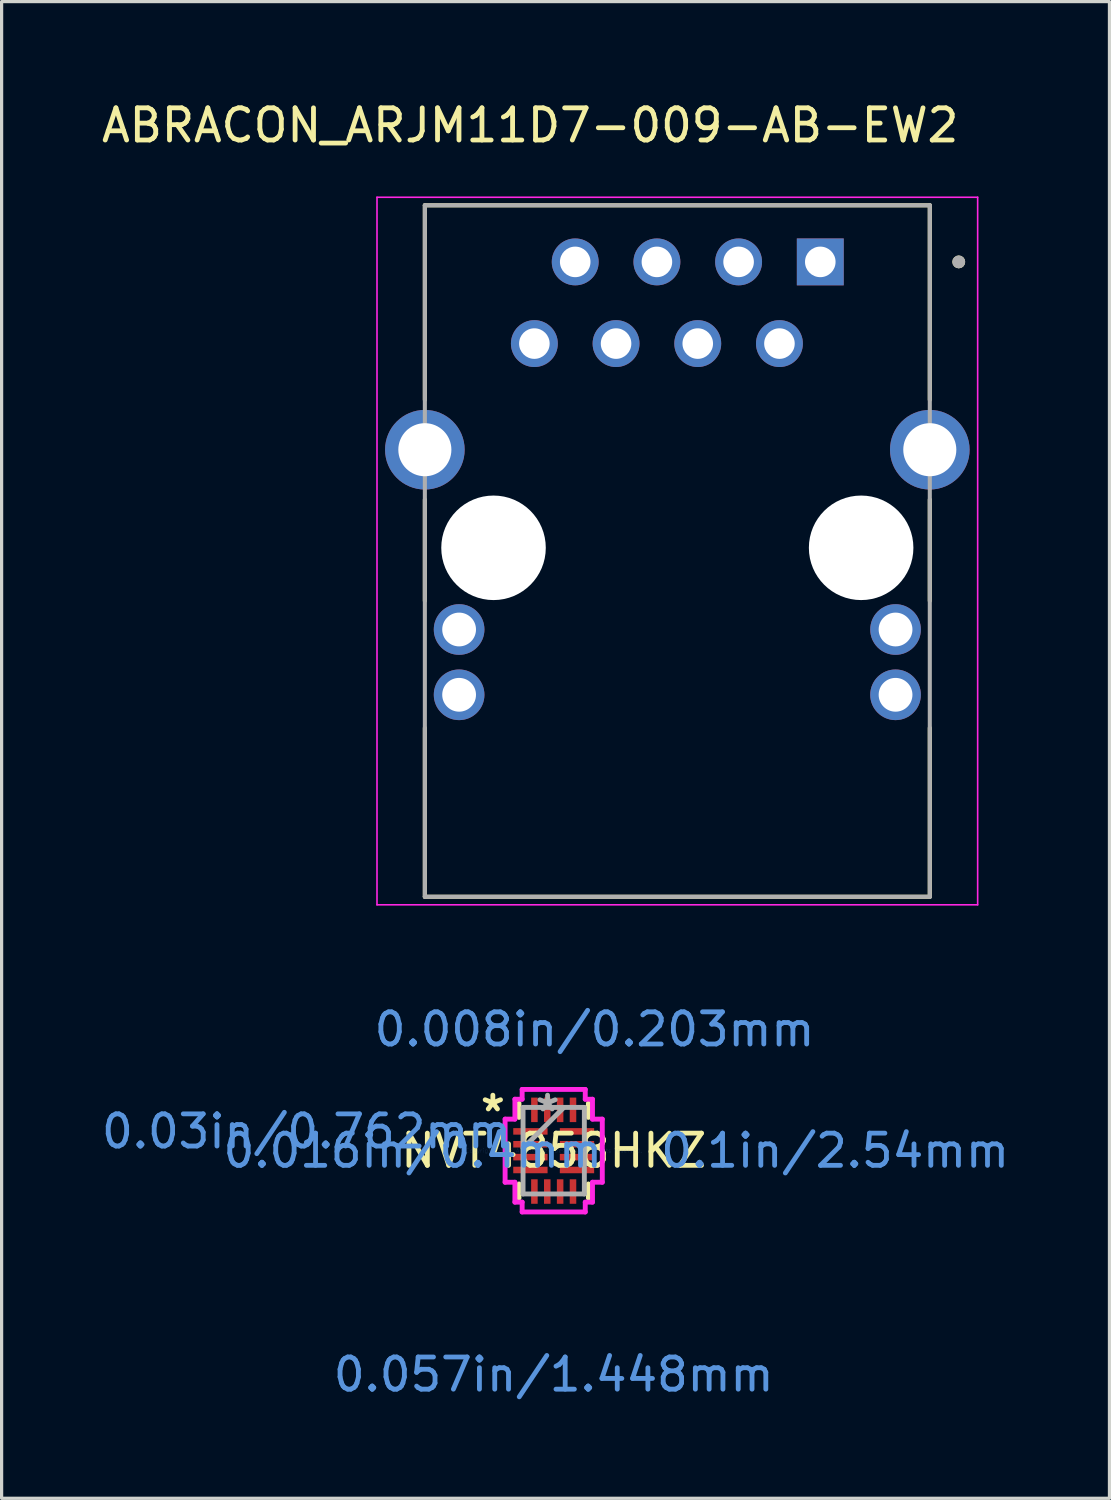
<source format=kicad_pcb>
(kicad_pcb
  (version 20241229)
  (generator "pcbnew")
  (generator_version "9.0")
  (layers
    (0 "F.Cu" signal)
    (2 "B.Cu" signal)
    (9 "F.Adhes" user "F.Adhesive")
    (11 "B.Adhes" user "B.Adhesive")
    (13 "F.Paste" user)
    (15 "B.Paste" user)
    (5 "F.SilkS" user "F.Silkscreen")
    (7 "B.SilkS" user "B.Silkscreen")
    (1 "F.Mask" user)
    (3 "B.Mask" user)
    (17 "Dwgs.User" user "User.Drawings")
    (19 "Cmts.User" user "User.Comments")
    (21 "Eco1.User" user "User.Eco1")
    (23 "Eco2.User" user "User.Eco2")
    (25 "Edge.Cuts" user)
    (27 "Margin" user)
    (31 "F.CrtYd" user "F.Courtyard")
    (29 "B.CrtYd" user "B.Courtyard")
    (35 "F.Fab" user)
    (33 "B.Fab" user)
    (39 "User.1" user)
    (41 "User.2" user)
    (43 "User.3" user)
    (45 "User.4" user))
  (footprint "ABRACON_ARJM11D7-009-AB-EW2"
    (layer "F.Cu")
    (at 18.01 13.983)
    (property "Reference" "ABRACON_ARJM11D7-009-AB-EW2" (at -4.575 -13.135 0) (layer "F.SilkS") (effects (font (size 1 1) (thickness 0.15))))
    (attr through_hole)
    (fp_line (start -7.85 -10.65) (end -7.85 -4.601) (stroke (width 0.127) (type solid)) (layer "F.SilkS"))
    (fp_line (start -7.85 1.65) (end -7.85 -1.499) (stroke (width 0.127) (type solid)) (layer "F.SilkS"))
    (fp_line (start -7.85 10.85) (end -7.85 5.6) (stroke (width 0.127) (type solid)) (layer "F.SilkS"))
    (fp_line (start -7.85 10.85) (end 7.85 10.85) (stroke (width 0.127) (type solid)) (layer "F.SilkS"))
    (fp_line (start 7.85 -10.65) (end -7.85 -10.65) (stroke (width 0.127) (type solid)) (layer "F.SilkS"))
    (fp_line (start 7.85 -4.601) (end 7.85 -10.65) (stroke (width 0.127) (type solid)) (layer "F.SilkS"))
    (fp_line (start 7.85 1.65) (end 7.85 -1.499) (stroke (width 0.127) (type solid)) (layer "F.SilkS"))
    (fp_line (start 7.85 10.85) (end 7.85 5.6) (stroke (width 0.127) (type solid)) (layer "F.SilkS"))
    (fp_circle (center 8.75 -8.89) (end 8.85 -8.89) (stroke (width 0.2) (type solid)) (fill no) (layer "F.SilkS"))
    (fp_line (start -9.338 -10.9) (end -9.338 11.1) (stroke (width 0.05) (type solid)) (layer "F.CrtYd"))
    (fp_line (start -9.338 11.1) (end 9.338 11.1) (stroke (width 0.05) (type solid)) (layer "F.CrtYd"))
    (fp_line (start 9.338 -10.9) (end -9.338 -10.9) (stroke (width 0.05) (type solid)) (layer "F.CrtYd"))
    (fp_line (start 9.338 11.1) (end 9.338 -10.9) (stroke (width 0.05) (type solid)) (layer "F.CrtYd"))
    (fp_line (start -7.85 -10.65) (end -7.85 10.85) (stroke (width 0.127) (type solid)) (layer "F.Fab"))
    (fp_line (start -7.85 10.85) (end 7.85 10.85) (stroke (width 0.127) (type solid)) (layer "F.Fab"))
    (fp_line (start 7.85 -10.65) (end -7.85 -10.65) (stroke (width 0.127) (type solid)) (layer "F.Fab"))
    (fp_line (start 7.85 10.85) (end 7.85 -10.65) (stroke (width 0.127) (type solid)) (layer "F.Fab"))
    (fp_circle (center 8.75 -8.89) (end 8.85 -8.89) (stroke (width 0.2) (type solid)) (fill no) (layer "F.Fab"))
    (pad "" np_thru_hole circle (at -5.715 0) (size 3.25 3.25) (drill 3.25) (layers "*.Cu" "*.Mask"))
    (pad "" np_thru_hole circle (at 5.715 0) (size 3.25 3.25) (drill 3.25) (layers "*.Cu" "*.Mask"))
    (pad "1" thru_hole rect (at 4.445 -8.89) (size 1.458 1.458) (drill 0.95) (layers "*.Cu" "*.Mask"))
    (pad "2" thru_hole circle (at 3.175 -6.35) (size 1.458 1.458) (drill 0.95) (layers "*.Cu" "*.Mask"))
    (pad "3" thru_hole circle (at 1.905 -8.89) (size 1.458 1.458) (drill 0.95) (layers "*.Cu" "*.Mask"))
    (pad "4" thru_hole circle (at 0.635 -6.35) (size 1.458 1.458) (drill 0.95) (layers "*.Cu" "*.Mask"))
    (pad "5" thru_hole circle (at -0.635 -8.89) (size 1.458 1.458) (drill 0.95) (layers "*.Cu" "*.Mask"))
    (pad "6" thru_hole circle (at -1.905 -6.35) (size 1.458 1.458) (drill 0.95) (layers "*.Cu" "*.Mask"))
    (pad "7" thru_hole circle (at -3.175 -8.89) (size 1.458 1.458) (drill 0.95) (layers "*.Cu" "*.Mask"))
    (pad "8" thru_hole circle (at -4.445 -6.35) (size 1.458 1.458) (drill 0.95) (layers "*.Cu" "*.Mask"))
    (pad "9" thru_hole circle (at -6.785 2.54) (size 1.575 1.575) (drill 1.05) (layers "*.Cu" "*.Mask"))
    (pad "10" thru_hole circle (at -6.785 4.57) (size 1.575 1.575) (drill 1.05) (layers "*.Cu" "*.Mask"))
    (pad "11" thru_hole circle (at 6.785 2.54) (size 1.575 1.575) (drill 1.05) (layers "*.Cu" "*.Mask"))
    (pad "12" thru_hole circle (at 6.785 4.57) (size 1.575 1.575) (drill 1.05) (layers "*.Cu" "*.Mask"))
    (pad "SH1" thru_hole circle (at -7.85 -3.05) (size 2.475 2.475) (drill 1.65) (layers "*.Cu" "*.Mask"))
    (pad "SH2" thru_hole circle (at 7.85 -3.05) (size 2.475 2.475) (drill 1.65) (layers "*.Cu" "*.Mask")))
  (footprint "NVT4858HKZ"
    (layer "F.Cu")
    (at 14.166 32.728)
    (property "Reference" "NVT4858HKZ" (at 0 0 0) (layer "F.SilkS") (effects (font (size 1 1) (thickness 0.15))))
    (attr through_hole)
    (fp_line (start -1.079 -1.473) (end -1.079 -1.035) (stroke (width 0.152) (type solid)) (layer "F.SilkS"))
    (fp_line (start -1.079 1.035) (end -1.079 1.473) (stroke (width 0.152) (type solid)) (layer "F.SilkS"))
    (fp_line (start 1.079 -1.035) (end 1.079 -1.473) (stroke (width 0.152) (type solid)) (layer "F.SilkS"))
    (fp_line (start 1.079 1.473) (end 1.079 1.035) (stroke (width 0.152) (type solid)) (layer "F.SilkS"))
    (fp_line (start -1.511 -0.981) (end -1.206 -0.981) (stroke (width 0.152) (type solid)) (layer "F.CrtYd"))
    (fp_line (start -1.511 0.981) (end -1.511 -0.981) (stroke (width 0.152) (type solid)) (layer "F.CrtYd"))
    (fp_line (start -1.206 -1.6) (end -0.981 -1.6) (stroke (width 0.152) (type solid)) (layer "F.CrtYd"))
    (fp_line (start -1.206 -0.981) (end -1.206 -1.6) (stroke (width 0.152) (type solid)) (layer "F.CrtYd"))
    (fp_line (start -1.206 0.981) (end -1.511 0.981) (stroke (width 0.152) (type solid)) (layer "F.CrtYd"))
    (fp_line (start -1.206 1.6) (end -1.206 0.981) (stroke (width 0.152) (type solid)) (layer "F.CrtYd"))
    (fp_line (start -1.206 1.6) (end -0.981 1.6) (stroke (width 0.152) (type solid)) (layer "F.CrtYd"))
    (fp_line (start -0.981 -1.905) (end 0.981 -1.905) (stroke (width 0.152) (type solid)) (layer "F.CrtYd"))
    (fp_line (start -0.981 -1.6) (end -0.981 -1.905) (stroke (width 0.152) (type solid)) (layer "F.CrtYd"))
    (fp_line (start -0.981 1.6) (end -0.981 1.905) (stroke (width 0.152) (type solid)) (layer "F.CrtYd"))
    (fp_line (start -0.981 1.905) (end 0.981 1.905) (stroke (width 0.152) (type solid)) (layer "F.CrtYd"))
    (fp_line (start 0.981 -1.905) (end 0.981 -1.6) (stroke (width 0.152) (type solid)) (layer "F.CrtYd"))
    (fp_line (start 0.981 -1.6) (end 1.206 -1.6) (stroke (width 0.152) (type solid)) (layer "F.CrtYd"))
    (fp_line (start 0.981 1.6) (end 1.206 1.6) (stroke (width 0.152) (type solid)) (layer "F.CrtYd"))
    (fp_line (start 0.981 1.905) (end 0.981 1.6) (stroke (width 0.152) (type solid)) (layer "F.CrtYd"))
    (fp_line (start 1.206 -0.981) (end 1.206 -1.6) (stroke (width 0.152) (type solid)) (layer "F.CrtYd"))
    (fp_line (start 1.206 0.981) (end 1.511 0.981) (stroke (width 0.152) (type solid)) (layer "F.CrtYd"))
    (fp_line (start 1.206 1.6) (end 1.206 0.981) (stroke (width 0.152) (type solid)) (layer "F.CrtYd"))
    (fp_line (start 1.511 -0.981) (end 1.206 -0.981) (stroke (width 0.152) (type solid)) (layer "F.CrtYd"))
    (fp_line (start 1.511 0.981) (end 1.511 -0.981) (stroke (width 0.152) (type solid)) (layer "F.CrtYd"))
    (fp_line (start -0.953 -1.346) (end -0.953 1.346) (stroke (width 0.152) (type solid)) (layer "F.Fab"))
    (fp_line (start -0.953 -0.076) (end 0.318 -1.346) (stroke (width 0.152) (type solid)) (layer "F.Fab"))
    (fp_line (start -0.953 1.346) (end 0.953 1.346) (stroke (width 0.152) (type solid)) (layer "F.Fab"))
    (fp_line (start 0.953 -1.346) (end -0.953 -1.346) (stroke (width 0.152) (type solid)) (layer "F.Fab"))
    (fp_line (start 0.953 1.346) (end 0.953 -1.346) (stroke (width 0.152) (type solid)) (layer "F.Fab"))
    (fp_text user "*" (at -1.892 -1.181 0) (layer "F.SilkS") (effects (font (size 1 1) (thickness 0.15))))
    (fp_text user "0.057in/1.448mm" (at 0 6.96 0) (layer "Cmts.User") (effects (font (size 1 1) (thickness 0.15))))
    (fp_text user "Copyright 2016 Accelerated Designs. All rights reserved." (at 0 0 0) (layer "Cmts.User") (effects (font (size 0.127 0.127) (thickness 0.002))))
    (fp_text user "0.03in/0.762mm" (at -7.684 -0.6 0) (layer "Cmts.User") (effects (font (size 1 1) (thickness 0.15))))
    (fp_text user "0.008in/0.203mm" (at 1.27 -3.772 0) (layer "Cmts.User") (effects (font (size 1 1) (thickness 0.15))))
    (fp_text user "0.016in/0.4mm" (at -4.381 0 0) (layer "Cmts.User") (effects (font (size 1 1) (thickness 0.15))))
    (fp_text user "0.1in/2.54mm" (at 8.75 0 0) (layer "Cmts.User") (effects (font (size 1 1) (thickness 0.15))))
    (fp_text user "*" (at -0.191 -1.181 0) (layer "F.Fab") (effects (font (size 1 1) (thickness 0.15))))
    (pad "1" smd rect (at -0.724 -0.6 90) (size 0.203 1.067) (layers "F.Cu" "F.Mask" "F.Paste"))
    (pad "2" smd rect (at -0.724 -0.2 90) (size 0.203 1.067) (layers "F.Cu" "F.Mask" "F.Paste"))
    (pad "3" smd rect (at -0.724 0.2 90) (size 0.203 1.067) (layers "F.Cu" "F.Mask" "F.Paste"))
    (pad "4" smd rect (at -0.724 0.6 90) (size 0.203 1.067) (layers "F.Cu" "F.Mask" "F.Paste"))
    (pad "5" smd rect (at -0.6 1.27) (size 0.203 0.762) (layers "F.Cu" "F.Mask" "F.Paste"))
    (pad "6" smd rect (at -0.2 1.27) (size 0.203 0.762) (layers "F.Cu" "F.Mask" "F.Paste"))
    (pad "7" smd rect (at 0.2 1.27) (size 0.203 0.762) (layers "F.Cu" "F.Mask" "F.Paste"))
    (pad "8" smd rect (at 0.6 1.27) (size 0.203 0.762) (layers "F.Cu" "F.Mask" "F.Paste"))
    (pad "9" smd rect (at 0.724 0.6 90) (size 0.203 1.067) (layers "F.Cu" "F.Mask" "F.Paste"))
    (pad "10" smd rect (at 0.724 0.2 90) (size 0.203 1.067) (layers "F.Cu" "F.Mask" "F.Paste"))
    (pad "11" smd rect (at 0.724 -0.2 90) (size 0.203 1.067) (layers "F.Cu" "F.Mask" "F.Paste"))
    (pad "12" smd rect (at 0.724 -0.6 90) (size 0.203 1.067) (layers "F.Cu" "F.Mask" "F.Paste"))
    (pad "13" smd rect (at 0.6 -1.27) (size 0.203 0.762) (layers "F.Cu" "F.Mask" "F.Paste"))
    (pad "14" smd rect (at 0.2 -1.27) (size 0.203 0.762) (layers "F.Cu" "F.Mask" "F.Paste"))
    (pad "15" smd rect (at -0.2 -1.27) (size 0.203 0.762) (layers "F.Cu" "F.Mask" "F.Paste"))
    (pad "16" smd rect (at -0.6 -1.27) (size 0.203 0.762) (layers "F.Cu" "F.Mask" "F.Paste")))
  (gr_rect
    (start -3 -3)
    (end 31.446 43.536)
    (stroke (width 0.1) (type default))
    (fill no)
    (layer "Edge.Cuts")))
</source>
